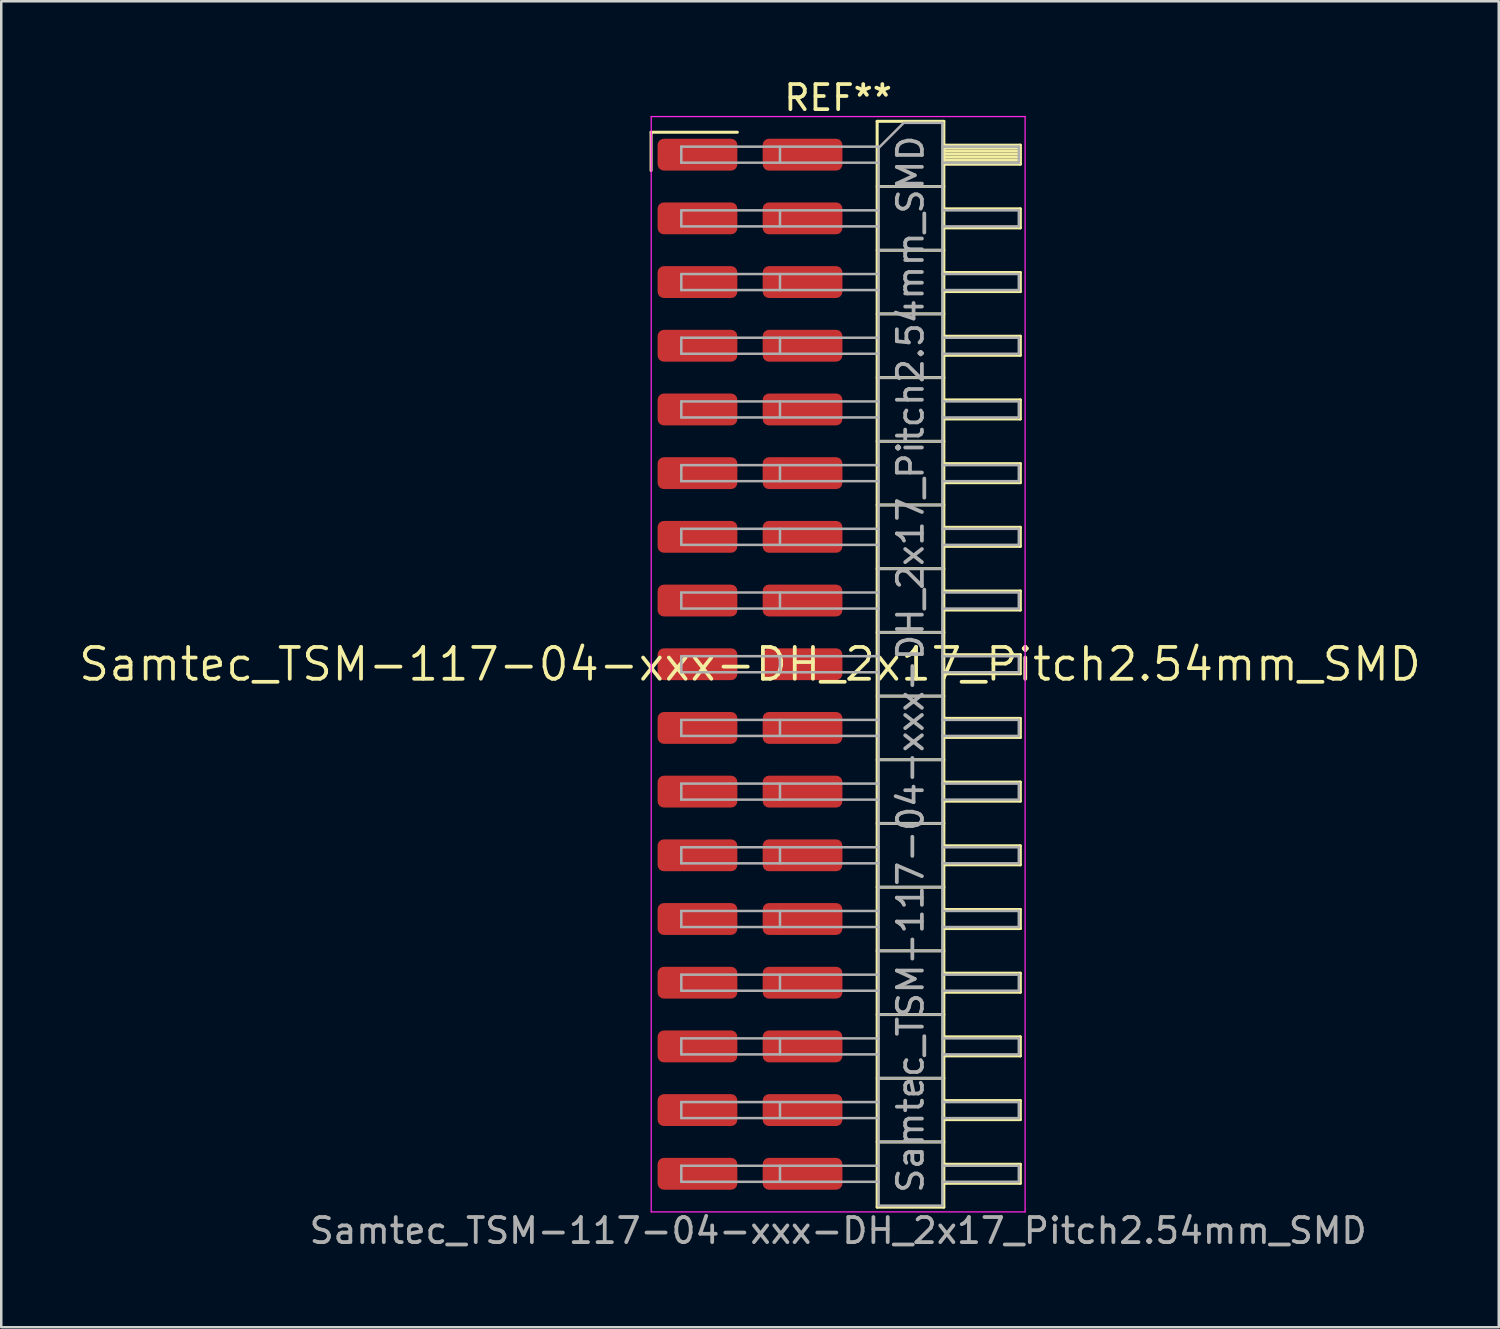
<source format=kicad_pcb>
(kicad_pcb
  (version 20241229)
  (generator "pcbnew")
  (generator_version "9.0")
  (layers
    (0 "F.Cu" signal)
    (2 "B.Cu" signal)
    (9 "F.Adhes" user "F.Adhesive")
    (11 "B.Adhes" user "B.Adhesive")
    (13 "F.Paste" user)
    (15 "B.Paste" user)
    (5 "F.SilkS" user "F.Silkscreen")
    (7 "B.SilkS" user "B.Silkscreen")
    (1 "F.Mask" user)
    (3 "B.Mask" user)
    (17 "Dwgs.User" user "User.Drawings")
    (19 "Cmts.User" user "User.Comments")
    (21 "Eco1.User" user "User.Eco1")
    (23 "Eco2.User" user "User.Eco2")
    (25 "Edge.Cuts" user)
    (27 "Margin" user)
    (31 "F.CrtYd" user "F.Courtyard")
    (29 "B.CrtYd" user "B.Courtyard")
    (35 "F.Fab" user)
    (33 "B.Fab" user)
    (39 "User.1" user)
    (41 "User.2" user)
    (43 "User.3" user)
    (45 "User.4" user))
  (footprint "Samtec_TSM-117-04-xxx-DH_2x17_Pitch2.54mm_SMD"
    (layer "F.Cu")
    (at 26.859 23.438)
    (property "Reference" "Samtec_TSM-117-04-xxx-DH_2x17_Pitch2.54mm_SMD" (at 0 0 0) (layer "F.SilkS") (effects (font (size 1.27 1.27) (thickness 0.15))))
    (attr smd)
    (fp_line (start -3.945 -21.215) (end -0.505 -21.215) (stroke (width 0.12) (type solid)) (layer "F.SilkS"))
    (fp_line (start -3.945 -19.685) (end -3.945 -21.215) (stroke (width 0.12) (type solid)) (layer "F.SilkS"))
    (fp_line (start 5.07 -21.65) (end 7.73 -21.65) (stroke (width 0.12) (type solid)) (layer "F.SilkS"))
    (fp_line (start 5.07 -19.05) (end 7.73 -19.05) (stroke (width 0.12) (type solid)) (layer "F.SilkS"))
    (fp_line (start 5.07 -16.51) (end 7.73 -16.51) (stroke (width 0.12) (type solid)) (layer "F.SilkS"))
    (fp_line (start 5.07 -13.97) (end 7.73 -13.97) (stroke (width 0.12) (type solid)) (layer "F.SilkS"))
    (fp_line (start 5.07 -11.43) (end 7.73 -11.43) (stroke (width 0.12) (type solid)) (layer "F.SilkS"))
    (fp_line (start 5.07 -8.89) (end 7.73 -8.89) (stroke (width 0.12) (type solid)) (layer "F.SilkS"))
    (fp_line (start 5.07 -6.35) (end 7.73 -6.35) (stroke (width 0.12) (type solid)) (layer "F.SilkS"))
    (fp_line (start 5.07 -3.81) (end 7.73 -3.81) (stroke (width 0.12) (type solid)) (layer "F.SilkS"))
    (fp_line (start 5.07 -1.27) (end 7.73 -1.27) (stroke (width 0.12) (type solid)) (layer "F.SilkS"))
    (fp_line (start 5.07 1.27) (end 7.73 1.27) (stroke (width 0.12) (type solid)) (layer "F.SilkS"))
    (fp_line (start 5.07 3.81) (end 7.73 3.81) (stroke (width 0.12) (type solid)) (layer "F.SilkS"))
    (fp_line (start 5.07 6.35) (end 7.73 6.35) (stroke (width 0.12) (type solid)) (layer "F.SilkS"))
    (fp_line (start 5.07 8.89) (end 7.73 8.89) (stroke (width 0.12) (type solid)) (layer "F.SilkS"))
    (fp_line (start 5.07 11.43) (end 7.73 11.43) (stroke (width 0.12) (type solid)) (layer "F.SilkS"))
    (fp_line (start 5.07 13.97) (end 7.73 13.97) (stroke (width 0.12) (type solid)) (layer "F.SilkS"))
    (fp_line (start 5.07 16.51) (end 7.73 16.51) (stroke (width 0.12) (type solid)) (layer "F.SilkS"))
    (fp_line (start 5.07 19.05) (end 7.73 19.05) (stroke (width 0.12) (type solid)) (layer "F.SilkS"))
    (fp_line (start 5.07 21.65) (end 5.07 -21.65) (stroke (width 0.12) (type solid)) (layer "F.SilkS"))
    (fp_line (start 7.73 -21.65) (end 7.73 21.65) (stroke (width 0.12) (type solid)) (layer "F.SilkS"))
    (fp_line (start 7.73 -20.7) (end 10.78 -20.7) (stroke (width 0.12) (type solid)) (layer "F.SilkS"))
    (fp_line (start 7.73 -20.58) (end 10.78 -20.58) (stroke (width 0.12) (type solid)) (layer "F.SilkS"))
    (fp_line (start 7.73 -20.46) (end 10.78 -20.46) (stroke (width 0.12) (type solid)) (layer "F.SilkS"))
    (fp_line (start 7.73 -20.34) (end 10.78 -20.34) (stroke (width 0.12) (type solid)) (layer "F.SilkS"))
    (fp_line (start 7.73 -20.22) (end 10.78 -20.22) (stroke (width 0.12) (type solid)) (layer "F.SilkS"))
    (fp_line (start 7.73 -20.1) (end 10.78 -20.1) (stroke (width 0.12) (type solid)) (layer "F.SilkS"))
    (fp_line (start 7.73 -19.98) (end 10.78 -19.98) (stroke (width 0.12) (type solid)) (layer "F.SilkS"))
    (fp_line (start 7.73 -19.94) (end 10.78 -19.94) (stroke (width 0.12) (type solid)) (layer "F.SilkS"))
    (fp_line (start 7.73 -18.16) (end 10.78 -18.16) (stroke (width 0.12) (type solid)) (layer "F.SilkS"))
    (fp_line (start 7.73 -17.4) (end 10.78 -17.4) (stroke (width 0.12) (type solid)) (layer "F.SilkS"))
    (fp_line (start 7.73 -15.62) (end 10.78 -15.62) (stroke (width 0.12) (type solid)) (layer "F.SilkS"))
    (fp_line (start 7.73 -14.86) (end 10.78 -14.86) (stroke (width 0.12) (type solid)) (layer "F.SilkS"))
    (fp_line (start 7.73 -13.08) (end 10.78 -13.08) (stroke (width 0.12) (type solid)) (layer "F.SilkS"))
    (fp_line (start 7.73 -12.32) (end 10.78 -12.32) (stroke (width 0.12) (type solid)) (layer "F.SilkS"))
    (fp_line (start 7.73 -10.54) (end 10.78 -10.54) (stroke (width 0.12) (type solid)) (layer "F.SilkS"))
    (fp_line (start 7.73 -9.78) (end 10.78 -9.78) (stroke (width 0.12) (type solid)) (layer "F.SilkS"))
    (fp_line (start 7.73 -8) (end 10.78 -8) (stroke (width 0.12) (type solid)) (layer "F.SilkS"))
    (fp_line (start 7.73 -7.24) (end 10.78 -7.24) (stroke (width 0.12) (type solid)) (layer "F.SilkS"))
    (fp_line (start 7.73 -5.46) (end 10.78 -5.46) (stroke (width 0.12) (type solid)) (layer "F.SilkS"))
    (fp_line (start 7.73 -4.7) (end 10.78 -4.7) (stroke (width 0.12) (type solid)) (layer "F.SilkS"))
    (fp_line (start 7.73 -2.92) (end 10.78 -2.92) (stroke (width 0.12) (type solid)) (layer "F.SilkS"))
    (fp_line (start 7.73 -2.16) (end 10.78 -2.16) (stroke (width 0.12) (type solid)) (layer "F.SilkS"))
    (fp_line (start 7.73 -0.38) (end 10.78 -0.38) (stroke (width 0.12) (type solid)) (layer "F.SilkS"))
    (fp_line (start 7.73 0.38) (end 10.78 0.38) (stroke (width 0.12) (type solid)) (layer "F.SilkS"))
    (fp_line (start 7.73 2.16) (end 10.78 2.16) (stroke (width 0.12) (type solid)) (layer "F.SilkS"))
    (fp_line (start 7.73 2.92) (end 10.78 2.92) (stroke (width 0.12) (type solid)) (layer "F.SilkS"))
    (fp_line (start 7.73 4.7) (end 10.78 4.7) (stroke (width 0.12) (type solid)) (layer "F.SilkS"))
    (fp_line (start 7.73 5.46) (end 10.78 5.46) (stroke (width 0.12) (type solid)) (layer "F.SilkS"))
    (fp_line (start 7.73 7.24) (end 10.78 7.24) (stroke (width 0.12) (type solid)) (layer "F.SilkS"))
    (fp_line (start 7.73 8) (end 10.78 8) (stroke (width 0.12) (type solid)) (layer "F.SilkS"))
    (fp_line (start 7.73 9.78) (end 10.78 9.78) (stroke (width 0.12) (type solid)) (layer "F.SilkS"))
    (fp_line (start 7.73 10.54) (end 10.78 10.54) (stroke (width 0.12) (type solid)) (layer "F.SilkS"))
    (fp_line (start 7.73 12.32) (end 10.78 12.32) (stroke (width 0.12) (type solid)) (layer "F.SilkS"))
    (fp_line (start 7.73 13.08) (end 10.78 13.08) (stroke (width 0.12) (type solid)) (layer "F.SilkS"))
    (fp_line (start 7.73 14.86) (end 10.78 14.86) (stroke (width 0.12) (type solid)) (layer "F.SilkS"))
    (fp_line (start 7.73 15.62) (end 10.78 15.62) (stroke (width 0.12) (type solid)) (layer "F.SilkS"))
    (fp_line (start 7.73 17.4) (end 10.78 17.4) (stroke (width 0.12) (type solid)) (layer "F.SilkS"))
    (fp_line (start 7.73 18.16) (end 10.78 18.16) (stroke (width 0.12) (type solid)) (layer "F.SilkS"))
    (fp_line (start 7.73 19.94) (end 10.78 19.94) (stroke (width 0.12) (type solid)) (layer "F.SilkS"))
    (fp_line (start 7.73 20.7) (end 10.78 20.7) (stroke (width 0.12) (type solid)) (layer "F.SilkS"))
    (fp_line (start 7.73 21.65) (end 5.07 21.65) (stroke (width 0.12) (type solid)) (layer "F.SilkS"))
    (fp_line (start 10.78 -20.7) (end 10.78 -19.94) (stroke (width 0.12) (type solid)) (layer "F.SilkS"))
    (fp_line (start 10.78 -18.16) (end 10.78 -17.4) (stroke (width 0.12) (type solid)) (layer "F.SilkS"))
    (fp_line (start 10.78 -15.62) (end 10.78 -14.86) (stroke (width 0.12) (type solid)) (layer "F.SilkS"))
    (fp_line (start 10.78 -13.08) (end 10.78 -12.32) (stroke (width 0.12) (type solid)) (layer "F.SilkS"))
    (fp_line (start 10.78 -10.54) (end 10.78 -9.78) (stroke (width 0.12) (type solid)) (layer "F.SilkS"))
    (fp_line (start 10.78 -8) (end 10.78 -7.24) (stroke (width 0.12) (type solid)) (layer "F.SilkS"))
    (fp_line (start 10.78 -5.46) (end 10.78 -4.7) (stroke (width 0.12) (type solid)) (layer "F.SilkS"))
    (fp_line (start 10.78 -2.92) (end 10.78 -2.16) (stroke (width 0.12) (type solid)) (layer "F.SilkS"))
    (fp_line (start 10.78 -0.38) (end 10.78 0.38) (stroke (width 0.12) (type solid)) (layer "F.SilkS"))
    (fp_line (start 10.78 2.16) (end 10.78 2.92) (stroke (width 0.12) (type solid)) (layer "F.SilkS"))
    (fp_line (start 10.78 4.7) (end 10.78 5.46) (stroke (width 0.12) (type solid)) (layer "F.SilkS"))
    (fp_line (start 10.78 7.24) (end 10.78 8) (stroke (width 0.12) (type solid)) (layer "F.SilkS"))
    (fp_line (start 10.78 9.78) (end 10.78 10.54) (stroke (width 0.12) (type solid)) (layer "F.SilkS"))
    (fp_line (start 10.78 12.32) (end 10.78 13.08) (stroke (width 0.12) (type solid)) (layer "F.SilkS"))
    (fp_line (start 10.78 14.86) (end 10.78 15.62) (stroke (width 0.12) (type solid)) (layer "F.SilkS"))
    (fp_line (start 10.78 17.4) (end 10.78 18.16) (stroke (width 0.12) (type solid)) (layer "F.SilkS"))
    (fp_line (start 10.78 19.94) (end 10.78 20.7) (stroke (width 0.12) (type solid)) (layer "F.SilkS"))
    (fp_line (start -3.94 -21.84) (end 10.97 -21.84) (stroke (width 0.05) (type solid)) (layer "F.CrtYd"))
    (fp_line (start -3.94 21.84) (end -3.94 -21.84) (stroke (width 0.05) (type solid)) (layer "F.CrtYd"))
    (fp_line (start 10.97 -21.84) (end 10.97 21.84) (stroke (width 0.05) (type solid)) (layer "F.CrtYd"))
    (fp_line (start 10.97 21.84) (end -3.94 21.84) (stroke (width 0.05) (type solid)) (layer "F.CrtYd"))
    (fp_line (start -2.74 -20.64) (end -2.74 -20) (stroke (width 0.1) (type solid)) (layer "F.Fab"))
    (fp_line (start -2.74 -20.64) (end 5.13 -20.64) (stroke (width 0.1) (type solid)) (layer "F.Fab"))
    (fp_line (start -2.74 -20) (end 5.13 -20) (stroke (width 0.1) (type solid)) (layer "F.Fab"))
    (fp_line (start -2.74 -18.1) (end -2.74 -17.46) (stroke (width 0.1) (type solid)) (layer "F.Fab"))
    (fp_line (start -2.74 -18.1) (end 5.13 -18.1) (stroke (width 0.1) (type solid)) (layer "F.Fab"))
    (fp_line (start -2.74 -17.46) (end 5.13 -17.46) (stroke (width 0.1) (type solid)) (layer "F.Fab"))
    (fp_line (start -2.74 -15.56) (end -2.74 -14.92) (stroke (width 0.1) (type solid)) (layer "F.Fab"))
    (fp_line (start -2.74 -15.56) (end 5.13 -15.56) (stroke (width 0.1) (type solid)) (layer "F.Fab"))
    (fp_line (start -2.74 -14.92) (end 5.13 -14.92) (stroke (width 0.1) (type solid)) (layer "F.Fab"))
    (fp_line (start -2.74 -13.02) (end -2.74 -12.38) (stroke (width 0.1) (type solid)) (layer "F.Fab"))
    (fp_line (start -2.74 -13.02) (end 5.13 -13.02) (stroke (width 0.1) (type solid)) (layer "F.Fab"))
    (fp_line (start -2.74 -12.38) (end 5.13 -12.38) (stroke (width 0.1) (type solid)) (layer "F.Fab"))
    (fp_line (start -2.74 -10.48) (end -2.74 -9.84) (stroke (width 0.1) (type solid)) (layer "F.Fab"))
    (fp_line (start -2.74 -10.48) (end 5.13 -10.48) (stroke (width 0.1) (type solid)) (layer "F.Fab"))
    (fp_line (start -2.74 -9.84) (end 5.13 -9.84) (stroke (width 0.1) (type solid)) (layer "F.Fab"))
    (fp_line (start -2.74 -7.94) (end -2.74 -7.3) (stroke (width 0.1) (type solid)) (layer "F.Fab"))
    (fp_line (start -2.74 -7.94) (end 5.13 -7.94) (stroke (width 0.1) (type solid)) (layer "F.Fab"))
    (fp_line (start -2.74 -7.3) (end 5.13 -7.3) (stroke (width 0.1) (type solid)) (layer "F.Fab"))
    (fp_line (start -2.74 -5.4) (end -2.74 -4.76) (stroke (width 0.1) (type solid)) (layer "F.Fab"))
    (fp_line (start -2.74 -5.4) (end 5.13 -5.4) (stroke (width 0.1) (type solid)) (layer "F.Fab"))
    (fp_line (start -2.74 -4.76) (end 5.13 -4.76) (stroke (width 0.1) (type solid)) (layer "F.Fab"))
    (fp_line (start -2.74 -2.86) (end -2.74 -2.22) (stroke (width 0.1) (type solid)) (layer "F.Fab"))
    (fp_line (start -2.74 -2.86) (end 5.13 -2.86) (stroke (width 0.1) (type solid)) (layer "F.Fab"))
    (fp_line (start -2.74 -2.22) (end 5.13 -2.22) (stroke (width 0.1) (type solid)) (layer "F.Fab"))
    (fp_line (start -2.74 -0.32) (end -2.74 0.32) (stroke (width 0.1) (type solid)) (layer "F.Fab"))
    (fp_line (start -2.74 -0.32) (end 5.13 -0.32) (stroke (width 0.1) (type solid)) (layer "F.Fab"))
    (fp_line (start -2.74 0.32) (end 5.13 0.32) (stroke (width 0.1) (type solid)) (layer "F.Fab"))
    (fp_line (start -2.74 2.22) (end -2.74 2.86) (stroke (width 0.1) (type solid)) (layer "F.Fab"))
    (fp_line (start -2.74 2.22) (end 5.13 2.22) (stroke (width 0.1) (type solid)) (layer "F.Fab"))
    (fp_line (start -2.74 2.86) (end 5.13 2.86) (stroke (width 0.1) (type solid)) (layer "F.Fab"))
    (fp_line (start -2.74 4.76) (end -2.74 5.4) (stroke (width 0.1) (type solid)) (layer "F.Fab"))
    (fp_line (start -2.74 4.76) (end 5.13 4.76) (stroke (width 0.1) (type solid)) (layer "F.Fab"))
    (fp_line (start -2.74 5.4) (end 5.13 5.4) (stroke (width 0.1) (type solid)) (layer "F.Fab"))
    (fp_line (start -2.74 7.3) (end -2.74 7.94) (stroke (width 0.1) (type solid)) (layer "F.Fab"))
    (fp_line (start -2.74 7.3) (end 5.13 7.3) (stroke (width 0.1) (type solid)) (layer "F.Fab"))
    (fp_line (start -2.74 7.94) (end 5.13 7.94) (stroke (width 0.1) (type solid)) (layer "F.Fab"))
    (fp_line (start -2.74 9.84) (end -2.74 10.48) (stroke (width 0.1) (type solid)) (layer "F.Fab"))
    (fp_line (start -2.74 9.84) (end 5.13 9.84) (stroke (width 0.1) (type solid)) (layer "F.Fab"))
    (fp_line (start -2.74 10.48) (end 5.13 10.48) (stroke (width 0.1) (type solid)) (layer "F.Fab"))
    (fp_line (start -2.74 12.38) (end -2.74 13.02) (stroke (width 0.1) (type solid)) (layer "F.Fab"))
    (fp_line (start -2.74 12.38) (end 5.13 12.38) (stroke (width 0.1) (type solid)) (layer "F.Fab"))
    (fp_line (start -2.74 13.02) (end 5.13 13.02) (stroke (width 0.1) (type solid)) (layer "F.Fab"))
    (fp_line (start -2.74 14.92) (end -2.74 15.56) (stroke (width 0.1) (type solid)) (layer "F.Fab"))
    (fp_line (start -2.74 14.92) (end 5.13 14.92) (stroke (width 0.1) (type solid)) (layer "F.Fab"))
    (fp_line (start -2.74 15.56) (end 5.13 15.56) (stroke (width 0.1) (type solid)) (layer "F.Fab"))
    (fp_line (start -2.74 17.46) (end -2.74 18.1) (stroke (width 0.1) (type solid)) (layer "F.Fab"))
    (fp_line (start -2.74 17.46) (end 5.13 17.46) (stroke (width 0.1) (type solid)) (layer "F.Fab"))
    (fp_line (start -2.74 18.1) (end 5.13 18.1) (stroke (width 0.1) (type solid)) (layer "F.Fab"))
    (fp_line (start -2.74 20) (end -2.74 20.64) (stroke (width 0.1) (type solid)) (layer "F.Fab"))
    (fp_line (start -2.74 20) (end 5.13 20) (stroke (width 0.1) (type solid)) (layer "F.Fab"))
    (fp_line (start -2.74 20.64) (end 5.13 20.64) (stroke (width 0.1) (type solid)) (layer "F.Fab"))
    (fp_line (start 1.195 -20.64) (end 1.195 -20) (stroke (width 0.1) (type solid)) (layer "F.Fab"))
    (fp_line (start 1.195 -18.1) (end 1.195 -17.46) (stroke (width 0.1) (type solid)) (layer "F.Fab"))
    (fp_line (start 1.195 -15.56) (end 1.195 -14.92) (stroke (width 0.1) (type solid)) (layer "F.Fab"))
    (fp_line (start 1.195 -13.02) (end 1.195 -12.38) (stroke (width 0.1) (type solid)) (layer "F.Fab"))
    (fp_line (start 1.195 -10.48) (end 1.195 -9.84) (stroke (width 0.1) (type solid)) (layer "F.Fab"))
    (fp_line (start 1.195 -7.94) (end 1.195 -7.3) (stroke (width 0.1) (type solid)) (layer "F.Fab"))
    (fp_line (start 1.195 -5.4) (end 1.195 -4.76) (stroke (width 0.1) (type solid)) (layer "F.Fab"))
    (fp_line (start 1.195 -2.86) (end 1.195 -2.22) (stroke (width 0.1) (type solid)) (layer "F.Fab"))
    (fp_line (start 1.195 -0.32) (end 1.195 0.32) (stroke (width 0.1) (type solid)) (layer "F.Fab"))
    (fp_line (start 1.195 2.22) (end 1.195 2.86) (stroke (width 0.1) (type solid)) (layer "F.Fab"))
    (fp_line (start 1.195 4.76) (end 1.195 5.4) (stroke (width 0.1) (type solid)) (layer "F.Fab"))
    (fp_line (start 1.195 7.3) (end 1.195 7.94) (stroke (width 0.1) (type solid)) (layer "F.Fab"))
    (fp_line (start 1.195 9.84) (end 1.195 10.48) (stroke (width 0.1) (type solid)) (layer "F.Fab"))
    (fp_line (start 1.195 12.38) (end 1.195 13.02) (stroke (width 0.1) (type solid)) (layer "F.Fab"))
    (fp_line (start 1.195 14.92) (end 1.195 15.56) (stroke (width 0.1) (type solid)) (layer "F.Fab"))
    (fp_line (start 1.195 17.46) (end 1.195 18.1) (stroke (width 0.1) (type solid)) (layer "F.Fab"))
    (fp_line (start 1.195 20) (end 1.195 20.64) (stroke (width 0.1) (type solid)) (layer "F.Fab"))
    (fp_line (start 5.13 -20.59) (end 6.13 -21.59) (stroke (width 0.1) (type solid)) (layer "F.Fab"))
    (fp_line (start 5.13 -19.05) (end 7.67 -19.05) (stroke (width 0.1) (type solid)) (layer "F.Fab"))
    (fp_line (start 5.13 -16.51) (end 7.67 -16.51) (stroke (width 0.1) (type solid)) (layer "F.Fab"))
    (fp_line (start 5.13 -13.97) (end 7.67 -13.97) (stroke (width 0.1) (type solid)) (layer "F.Fab"))
    (fp_line (start 5.13 -11.43) (end 7.67 -11.43) (stroke (width 0.1) (type solid)) (layer "F.Fab"))
    (fp_line (start 5.13 -8.89) (end 7.67 -8.89) (stroke (width 0.1) (type solid)) (layer "F.Fab"))
    (fp_line (start 5.13 -6.35) (end 7.67 -6.35) (stroke (width 0.1) (type solid)) (layer "F.Fab"))
    (fp_line (start 5.13 -3.81) (end 7.67 -3.81) (stroke (width 0.1) (type solid)) (layer "F.Fab"))
    (fp_line (start 5.13 -1.27) (end 7.67 -1.27) (stroke (width 0.1) (type solid)) (layer "F.Fab"))
    (fp_line (start 5.13 1.27) (end 7.67 1.27) (stroke (width 0.1) (type solid)) (layer "F.Fab"))
    (fp_line (start 5.13 3.81) (end 7.67 3.81) (stroke (width 0.1) (type solid)) (layer "F.Fab"))
    (fp_line (start 5.13 6.35) (end 7.67 6.35) (stroke (width 0.1) (type solid)) (layer "F.Fab"))
    (fp_line (start 5.13 8.89) (end 7.67 8.89) (stroke (width 0.1) (type solid)) (layer "F.Fab"))
    (fp_line (start 5.13 11.43) (end 7.67 11.43) (stroke (width 0.1) (type solid)) (layer "F.Fab"))
    (fp_line (start 5.13 13.97) (end 7.67 13.97) (stroke (width 0.1) (type solid)) (layer "F.Fab"))
    (fp_line (start 5.13 16.51) (end 7.67 16.51) (stroke (width 0.1) (type solid)) (layer "F.Fab"))
    (fp_line (start 5.13 19.05) (end 7.67 19.05) (stroke (width 0.1) (type solid)) (layer "F.Fab"))
    (fp_line (start 5.13 21.59) (end 5.13 -20.59) (stroke (width 0.1) (type solid)) (layer "F.Fab"))
    (fp_line (start 6.13 -21.59) (end 7.67 -21.59) (stroke (width 0.1) (type solid)) (layer "F.Fab"))
    (fp_line (start 7.67 -21.59) (end 7.67 21.59) (stroke (width 0.1) (type solid)) (layer "F.Fab"))
    (fp_line (start 7.67 -20.64) (end 10.72 -20.64) (stroke (width 0.1) (type solid)) (layer "F.Fab"))
    (fp_line (start 7.67 -20) (end 10.72 -20) (stroke (width 0.1) (type solid)) (layer "F.Fab"))
    (fp_line (start 7.67 -18.1) (end 10.72 -18.1) (stroke (width 0.1) (type solid)) (layer "F.Fab"))
    (fp_line (start 7.67 -17.46) (end 10.72 -17.46) (stroke (width 0.1) (type solid)) (layer "F.Fab"))
    (fp_line (start 7.67 -15.56) (end 10.72 -15.56) (stroke (width 0.1) (type solid)) (layer "F.Fab"))
    (fp_line (start 7.67 -14.92) (end 10.72 -14.92) (stroke (width 0.1) (type solid)) (layer "F.Fab"))
    (fp_line (start 7.67 -13.02) (end 10.72 -13.02) (stroke (width 0.1) (type solid)) (layer "F.Fab"))
    (fp_line (start 7.67 -12.38) (end 10.72 -12.38) (stroke (width 0.1) (type solid)) (layer "F.Fab"))
    (fp_line (start 7.67 -10.48) (end 10.72 -10.48) (stroke (width 0.1) (type solid)) (layer "F.Fab"))
    (fp_line (start 7.67 -9.84) (end 10.72 -9.84) (stroke (width 0.1) (type solid)) (layer "F.Fab"))
    (fp_line (start 7.67 -7.94) (end 10.72 -7.94) (stroke (width 0.1) (type solid)) (layer "F.Fab"))
    (fp_line (start 7.67 -7.3) (end 10.72 -7.3) (stroke (width 0.1) (type solid)) (layer "F.Fab"))
    (fp_line (start 7.67 -5.4) (end 10.72 -5.4) (stroke (width 0.1) (type solid)) (layer "F.Fab"))
    (fp_line (start 7.67 -4.76) (end 10.72 -4.76) (stroke (width 0.1) (type solid)) (layer "F.Fab"))
    (fp_line (start 7.67 -2.86) (end 10.72 -2.86) (stroke (width 0.1) (type solid)) (layer "F.Fab"))
    (fp_line (start 7.67 -2.22) (end 10.72 -2.22) (stroke (width 0.1) (type solid)) (layer "F.Fab"))
    (fp_line (start 7.67 -0.32) (end 10.72 -0.32) (stroke (width 0.1) (type solid)) (layer "F.Fab"))
    (fp_line (start 7.67 0.32) (end 10.72 0.32) (stroke (width 0.1) (type solid)) (layer "F.Fab"))
    (fp_line (start 7.67 2.22) (end 10.72 2.22) (stroke (width 0.1) (type solid)) (layer "F.Fab"))
    (fp_line (start 7.67 2.86) (end 10.72 2.86) (stroke (width 0.1) (type solid)) (layer "F.Fab"))
    (fp_line (start 7.67 4.76) (end 10.72 4.76) (stroke (width 0.1) (type solid)) (layer "F.Fab"))
    (fp_line (start 7.67 5.4) (end 10.72 5.4) (stroke (width 0.1) (type solid)) (layer "F.Fab"))
    (fp_line (start 7.67 7.3) (end 10.72 7.3) (stroke (width 0.1) (type solid)) (layer "F.Fab"))
    (fp_line (start 7.67 7.94) (end 10.72 7.94) (stroke (width 0.1) (type solid)) (layer "F.Fab"))
    (fp_line (start 7.67 9.84) (end 10.72 9.84) (stroke (width 0.1) (type solid)) (layer "F.Fab"))
    (fp_line (start 7.67 10.48) (end 10.72 10.48) (stroke (width 0.1) (type solid)) (layer "F.Fab"))
    (fp_line (start 7.67 12.38) (end 10.72 12.38) (stroke (width 0.1) (type solid)) (layer "F.Fab"))
    (fp_line (start 7.67 13.02) (end 10.72 13.02) (stroke (width 0.1) (type solid)) (layer "F.Fab"))
    (fp_line (start 7.67 14.92) (end 10.72 14.92) (stroke (width 0.1) (type solid)) (layer "F.Fab"))
    (fp_line (start 7.67 15.56) (end 10.72 15.56) (stroke (width 0.1) (type solid)) (layer "F.Fab"))
    (fp_line (start 7.67 17.46) (end 10.72 17.46) (stroke (width 0.1) (type solid)) (layer "F.Fab"))
    (fp_line (start 7.67 18.1) (end 10.72 18.1) (stroke (width 0.1) (type solid)) (layer "F.Fab"))
    (fp_line (start 7.67 20) (end 10.72 20) (stroke (width 0.1) (type solid)) (layer "F.Fab"))
    (fp_line (start 7.67 20.64) (end 10.72 20.64) (stroke (width 0.1) (type solid)) (layer "F.Fab"))
    (fp_line (start 7.67 21.59) (end 5.13 21.59) (stroke (width 0.1) (type solid)) (layer "F.Fab"))
    (fp_line (start 10.72 -20.64) (end 10.72 -20) (stroke (width 0.1) (type solid)) (layer "F.Fab"))
    (fp_line (start 10.72 -18.1) (end 10.72 -17.46) (stroke (width 0.1) (type solid)) (layer "F.Fab"))
    (fp_line (start 10.72 -15.56) (end 10.72 -14.92) (stroke (width 0.1) (type solid)) (layer "F.Fab"))
    (fp_line (start 10.72 -13.02) (end 10.72 -12.38) (stroke (width 0.1) (type solid)) (layer "F.Fab"))
    (fp_line (start 10.72 -10.48) (end 10.72 -9.84) (stroke (width 0.1) (type solid)) (layer "F.Fab"))
    (fp_line (start 10.72 -7.94) (end 10.72 -7.3) (stroke (width 0.1) (type solid)) (layer "F.Fab"))
    (fp_line (start 10.72 -5.4) (end 10.72 -4.76) (stroke (width 0.1) (type solid)) (layer "F.Fab"))
    (fp_line (start 10.72 -2.86) (end 10.72 -2.22) (stroke (width 0.1) (type solid)) (layer "F.Fab"))
    (fp_line (start 10.72 -0.32) (end 10.72 0.32) (stroke (width 0.1) (type solid)) (layer "F.Fab"))
    (fp_line (start 10.72 2.22) (end 10.72 2.86) (stroke (width 0.1) (type solid)) (layer "F.Fab"))
    (fp_line (start 10.72 4.76) (end 10.72 5.4) (stroke (width 0.1) (type solid)) (layer "F.Fab"))
    (fp_line (start 10.72 7.3) (end 10.72 7.94) (stroke (width 0.1) (type solid)) (layer "F.Fab"))
    (fp_line (start 10.72 9.84) (end 10.72 10.48) (stroke (width 0.1) (type solid)) (layer "F.Fab"))
    (fp_line (start 10.72 12.38) (end 10.72 13.02) (stroke (width 0.1) (type solid)) (layer "F.Fab"))
    (fp_line (start 10.72 14.92) (end 10.72 15.56) (stroke (width 0.1) (type solid)) (layer "F.Fab"))
    (fp_line (start 10.72 17.46) (end 10.72 18.1) (stroke (width 0.1) (type solid)) (layer "F.Fab"))
    (fp_line (start 10.72 20) (end 10.72 20.64) (stroke (width 0.1) (type solid)) (layer "F.Fab"))
    (fp_text user "REF**" (at 3.515 -22.59 0) (layer "F.SilkS") (effects (font (size 1 1) (thickness 0.15))))
    (fp_text user "Samtec_TSM-117-04-xxx-DH_2x17_Pitch2.54mm_SMD" (at 3.515 22.59 0) (layer "F.Fab") (effects (font (size 1 1) (thickness 0.15))))
    (fp_text user "${REFERENCE}" (at 6.4 0 90) (layer "F.Fab") (effects (font (size 1 1) (thickness 0.15))))
    (pad "1" smd roundrect (at -2.095 -20.32) (size 3.18 1.27) (layers "F.Cu" "F.Mask" "F.Paste") (roundrect_rratio 0.197))
    (pad "2" smd roundrect (at 2.095 -20.32) (size 3.18 1.27) (layers "F.Cu" "F.Mask" "F.Paste") (roundrect_rratio 0.197))
    (pad "3" smd roundrect (at -2.095 -17.78) (size 3.18 1.27) (layers "F.Cu" "F.Mask" "F.Paste") (roundrect_rratio 0.197))
    (pad "4" smd roundrect (at 2.095 -17.78) (size 3.18 1.27) (layers "F.Cu" "F.Mask" "F.Paste") (roundrect_rratio 0.197))
    (pad "5" smd roundrect (at -2.095 -15.24) (size 3.18 1.27) (layers "F.Cu" "F.Mask" "F.Paste") (roundrect_rratio 0.197))
    (pad "6" smd roundrect (at 2.095 -15.24) (size 3.18 1.27) (layers "F.Cu" "F.Mask" "F.Paste") (roundrect_rratio 0.197))
    (pad "7" smd roundrect (at -2.095 -12.7) (size 3.18 1.27) (layers "F.Cu" "F.Mask" "F.Paste") (roundrect_rratio 0.197))
    (pad "8" smd roundrect (at 2.095 -12.7) (size 3.18 1.27) (layers "F.Cu" "F.Mask" "F.Paste") (roundrect_rratio 0.197))
    (pad "9" smd roundrect (at -2.095 -10.16) (size 3.18 1.27) (layers "F.Cu" "F.Mask" "F.Paste") (roundrect_rratio 0.197))
    (pad "10" smd roundrect (at 2.095 -10.16) (size 3.18 1.27) (layers "F.Cu" "F.Mask" "F.Paste") (roundrect_rratio 0.197))
    (pad "11" smd roundrect (at -2.095 -7.62) (size 3.18 1.27) (layers "F.Cu" "F.Mask" "F.Paste") (roundrect_rratio 0.197))
    (pad "12" smd roundrect (at 2.095 -7.62) (size 3.18 1.27) (layers "F.Cu" "F.Mask" "F.Paste") (roundrect_rratio 0.197))
    (pad "13" smd roundrect (at -2.095 -5.08) (size 3.18 1.27) (layers "F.Cu" "F.Mask" "F.Paste") (roundrect_rratio 0.197))
    (pad "14" smd roundrect (at 2.095 -5.08) (size 3.18 1.27) (layers "F.Cu" "F.Mask" "F.Paste") (roundrect_rratio 0.197))
    (pad "15" smd roundrect (at -2.095 -2.54) (size 3.18 1.27) (layers "F.Cu" "F.Mask" "F.Paste") (roundrect_rratio 0.197))
    (pad "16" smd roundrect (at 2.095 -2.54) (size 3.18 1.27) (layers "F.Cu" "F.Mask" "F.Paste") (roundrect_rratio 0.197))
    (pad "17" smd roundrect (at -2.095 0) (size 3.18 1.27) (layers "F.Cu" "F.Mask" "F.Paste") (roundrect_rratio 0.197))
    (pad "18" smd roundrect (at 2.095 0) (size 3.18 1.27) (layers "F.Cu" "F.Mask" "F.Paste") (roundrect_rratio 0.197))
    (pad "19" smd roundrect (at -2.095 2.54) (size 3.18 1.27) (layers "F.Cu" "F.Mask" "F.Paste") (roundrect_rratio 0.197))
    (pad "20" smd roundrect (at 2.095 2.54) (size 3.18 1.27) (layers "F.Cu" "F.Mask" "F.Paste") (roundrect_rratio 0.197))
    (pad "21" smd roundrect (at -2.095 5.08) (size 3.18 1.27) (layers "F.Cu" "F.Mask" "F.Paste") (roundrect_rratio 0.197))
    (pad "22" smd roundrect (at 2.095 5.08) (size 3.18 1.27) (layers "F.Cu" "F.Mask" "F.Paste") (roundrect_rratio 0.197))
    (pad "23" smd roundrect (at -2.095 7.62) (size 3.18 1.27) (layers "F.Cu" "F.Mask" "F.Paste") (roundrect_rratio 0.197))
    (pad "24" smd roundrect (at 2.095 7.62) (size 3.18 1.27) (layers "F.Cu" "F.Mask" "F.Paste") (roundrect_rratio 0.197))
    (pad "25" smd roundrect (at -2.095 10.16) (size 3.18 1.27) (layers "F.Cu" "F.Mask" "F.Paste") (roundrect_rratio 0.197))
    (pad "26" smd roundrect (at 2.095 10.16) (size 3.18 1.27) (layers "F.Cu" "F.Mask" "F.Paste") (roundrect_rratio 0.197))
    (pad "27" smd roundrect (at -2.095 12.7) (size 3.18 1.27) (layers "F.Cu" "F.Mask" "F.Paste") (roundrect_rratio 0.197))
    (pad "28" smd roundrect (at 2.095 12.7) (size 3.18 1.27) (layers "F.Cu" "F.Mask" "F.Paste") (roundrect_rratio 0.197))
    (pad "29" smd roundrect (at -2.095 15.24) (size 3.18 1.27) (layers "F.Cu" "F.Mask" "F.Paste") (roundrect_rratio 0.197))
    (pad "30" smd roundrect (at 2.095 15.24) (size 3.18 1.27) (layers "F.Cu" "F.Mask" "F.Paste") (roundrect_rratio 0.197))
    (pad "31" smd roundrect (at -2.095 17.78) (size 3.18 1.27) (layers "F.Cu" "F.Mask" "F.Paste") (roundrect_rratio 0.197))
    (pad "32" smd roundrect (at 2.095 17.78) (size 3.18 1.27) (layers "F.Cu" "F.Mask" "F.Paste") (roundrect_rratio 0.197))
    (pad "33" smd roundrect (at -2.095 20.32) (size 3.18 1.27) (layers "F.Cu" "F.Mask" "F.Paste") (roundrect_rratio 0.197))
    (pad "34" smd roundrect (at 2.095 20.32) (size 3.18 1.27) (layers "F.Cu" "F.Mask" "F.Paste") (roundrect_rratio 0.197)))
  (gr_rect
    (start -3 -3)
    (end 56.717 49.877)
    (stroke (width 0.1) (type default))
    (fill no)
    (layer "Edge.Cuts")))
</source>
